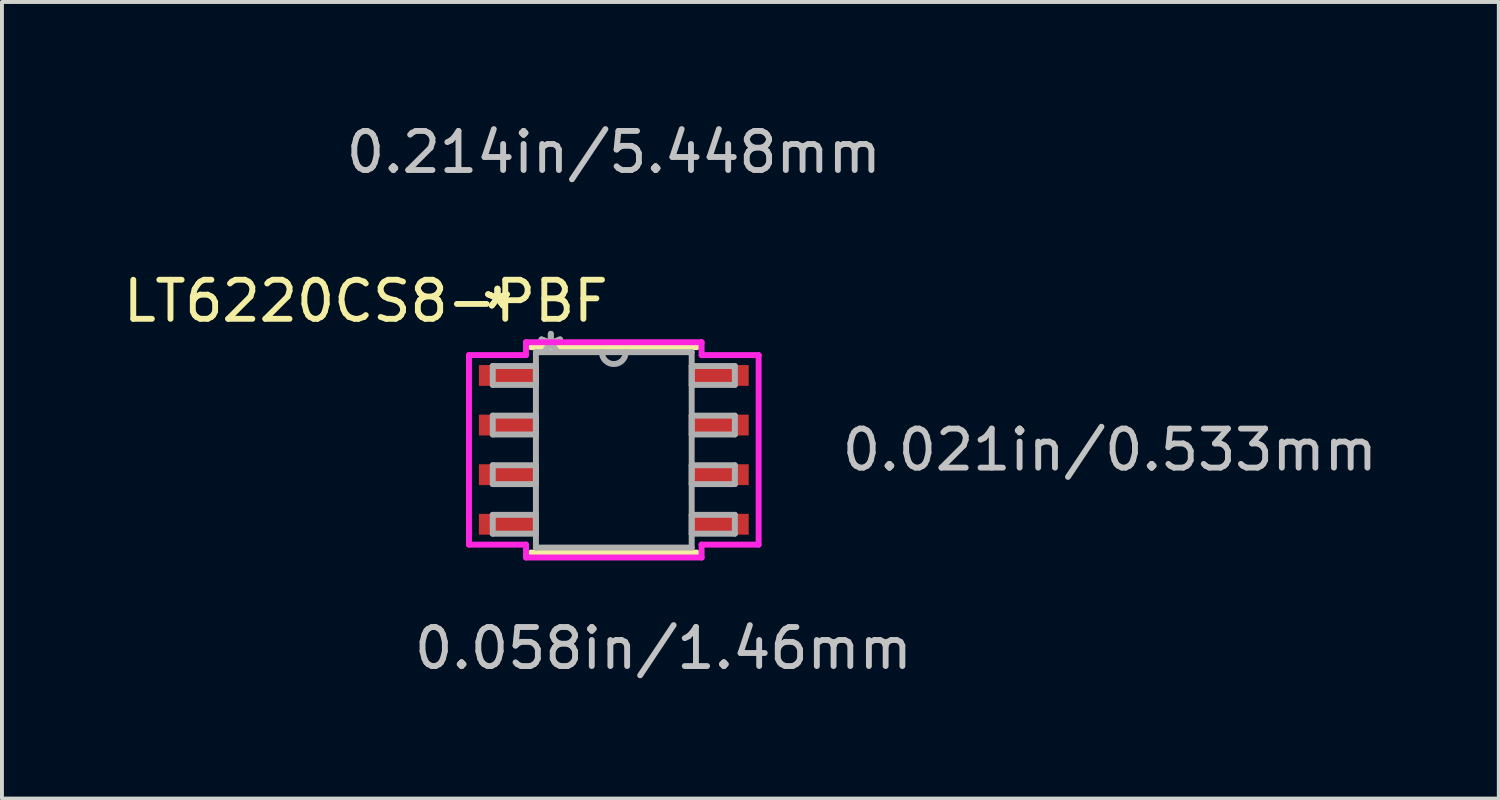
<source format=kicad_pcb>
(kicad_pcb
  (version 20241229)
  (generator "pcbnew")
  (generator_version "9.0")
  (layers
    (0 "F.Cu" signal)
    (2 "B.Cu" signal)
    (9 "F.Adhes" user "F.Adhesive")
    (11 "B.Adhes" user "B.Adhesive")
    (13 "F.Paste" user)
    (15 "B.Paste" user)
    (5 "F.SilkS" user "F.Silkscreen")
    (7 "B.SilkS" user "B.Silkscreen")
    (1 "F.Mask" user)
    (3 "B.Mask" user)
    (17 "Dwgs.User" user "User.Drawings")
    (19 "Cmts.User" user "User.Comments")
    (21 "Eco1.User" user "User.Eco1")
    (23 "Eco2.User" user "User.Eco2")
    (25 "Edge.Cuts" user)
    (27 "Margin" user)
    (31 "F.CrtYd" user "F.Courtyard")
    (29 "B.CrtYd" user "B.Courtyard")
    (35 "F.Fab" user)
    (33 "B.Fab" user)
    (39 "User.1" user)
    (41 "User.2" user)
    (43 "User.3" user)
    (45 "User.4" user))
  (footprint "LT6220CS8-PBF"
    (layer "F.Cu")
    (at 12.665 8.468)
    (property "Reference" "LT6220CS8-PBF" (at -6.35 -3.81 0) (layer "F.SilkS") (effects (font (size 1 1) (thickness 0.15))))
    (attr through_hole)
    (fp_line (start -2.121 2.629) (end 2.121 2.629) (stroke (width 0.152) (type solid)) (layer "F.SilkS"))
    (fp_line (start 2.121 -2.629) (end -2.121 -2.629) (stroke (width 0.152) (type solid)) (layer "F.SilkS"))
    (fp_line (start -3.708 -2.426) (end -2.248 -2.426) (stroke (width 0.152) (type solid)) (layer "F.CrtYd"))
    (fp_line (start -3.708 2.426) (end -3.708 -2.426) (stroke (width 0.152) (type solid)) (layer "F.CrtYd"))
    (fp_line (start -2.248 -2.756) (end 2.248 -2.756) (stroke (width 0.152) (type solid)) (layer "F.CrtYd"))
    (fp_line (start -2.248 -2.426) (end -2.248 -2.756) (stroke (width 0.152) (type solid)) (layer "F.CrtYd"))
    (fp_line (start -2.248 2.426) (end -3.708 2.426) (stroke (width 0.152) (type solid)) (layer "F.CrtYd"))
    (fp_line (start -2.248 2.756) (end -2.248 2.426) (stroke (width 0.152) (type solid)) (layer "F.CrtYd"))
    (fp_line (start 2.248 -2.756) (end 2.248 -2.426) (stroke (width 0.152) (type solid)) (layer "F.CrtYd"))
    (fp_line (start 2.248 -2.426) (end 3.708 -2.426) (stroke (width 0.152) (type solid)) (layer "F.CrtYd"))
    (fp_line (start 2.248 2.426) (end 2.248 2.756) (stroke (width 0.152) (type solid)) (layer "F.CrtYd"))
    (fp_line (start 2.248 2.756) (end -2.248 2.756) (stroke (width 0.152) (type solid)) (layer "F.CrtYd"))
    (fp_line (start 3.708 -2.426) (end 3.708 2.426) (stroke (width 0.152) (type solid)) (layer "F.CrtYd"))
    (fp_line (start 3.708 2.426) (end 2.248 2.426) (stroke (width 0.152) (type solid)) (layer "F.CrtYd"))
    (fp_line (start -3.099 -2.146) (end -3.099 -1.664) (stroke (width 0.152) (type solid)) (layer "F.Fab"))
    (fp_line (start -3.099 -1.664) (end -1.994 -1.664) (stroke (width 0.152) (type solid)) (layer "F.Fab"))
    (fp_line (start -3.099 -0.876) (end -3.099 -0.394) (stroke (width 0.152) (type solid)) (layer "F.Fab"))
    (fp_line (start -3.099 -0.394) (end -1.994 -0.394) (stroke (width 0.152) (type solid)) (layer "F.Fab"))
    (fp_line (start -3.099 0.394) (end -3.099 0.876) (stroke (width 0.152) (type solid)) (layer "F.Fab"))
    (fp_line (start -3.099 0.876) (end -1.994 0.876) (stroke (width 0.152) (type solid)) (layer "F.Fab"))
    (fp_line (start -3.099 1.664) (end -3.099 2.146) (stroke (width 0.152) (type solid)) (layer "F.Fab"))
    (fp_line (start -3.099 2.146) (end -1.994 2.146) (stroke (width 0.152) (type solid)) (layer "F.Fab"))
    (fp_line (start -1.994 -2.502) (end -1.994 2.502) (stroke (width 0.152) (type solid)) (layer "F.Fab"))
    (fp_line (start -1.994 -2.146) (end -3.099 -2.146) (stroke (width 0.152) (type solid)) (layer "F.Fab"))
    (fp_line (start -1.994 -1.664) (end -1.994 -2.146) (stroke (width 0.152) (type solid)) (layer "F.Fab"))
    (fp_line (start -1.994 -0.876) (end -3.099 -0.876) (stroke (width 0.152) (type solid)) (layer "F.Fab"))
    (fp_line (start -1.994 -0.394) (end -1.994 -0.876) (stroke (width 0.152) (type solid)) (layer "F.Fab"))
    (fp_line (start -1.994 0.394) (end -3.099 0.394) (stroke (width 0.152) (type solid)) (layer "F.Fab"))
    (fp_line (start -1.994 0.876) (end -1.994 0.394) (stroke (width 0.152) (type solid)) (layer "F.Fab"))
    (fp_line (start -1.994 1.664) (end -3.099 1.664) (stroke (width 0.152) (type solid)) (layer "F.Fab"))
    (fp_line (start -1.994 2.146) (end -1.994 1.664) (stroke (width 0.152) (type solid)) (layer "F.Fab"))
    (fp_line (start -1.994 2.502) (end 1.994 2.502) (stroke (width 0.152) (type solid)) (layer "F.Fab"))
    (fp_line (start 1.994 -2.502) (end -1.994 -2.502) (stroke (width 0.152) (type solid)) (layer "F.Fab"))
    (fp_line (start 1.994 -2.146) (end 1.994 -1.664) (stroke (width 0.152) (type solid)) (layer "F.Fab"))
    (fp_line (start 1.994 -1.664) (end 3.099 -1.664) (stroke (width 0.152) (type solid)) (layer "F.Fab"))
    (fp_line (start 1.994 -0.876) (end 1.994 -0.394) (stroke (width 0.152) (type solid)) (layer "F.Fab"))
    (fp_line (start 1.994 -0.394) (end 3.099 -0.394) (stroke (width 0.152) (type solid)) (layer "F.Fab"))
    (fp_line (start 1.994 0.394) (end 1.994 0.876) (stroke (width 0.152) (type solid)) (layer "F.Fab"))
    (fp_line (start 1.994 0.876) (end 3.099 0.876) (stroke (width 0.152) (type solid)) (layer "F.Fab"))
    (fp_line (start 1.994 1.664) (end 1.994 2.146) (stroke (width 0.152) (type solid)) (layer "F.Fab"))
    (fp_line (start 1.994 2.146) (end 3.099 2.146) (stroke (width 0.152) (type solid)) (layer "F.Fab"))
    (fp_line (start 1.994 2.502) (end 1.994 -2.502) (stroke (width 0.152) (type solid)) (layer "F.Fab"))
    (fp_line (start 3.099 -2.146) (end 1.994 -2.146) (stroke (width 0.152) (type solid)) (layer "F.Fab"))
    (fp_line (start 3.099 -1.664) (end 3.099 -2.146) (stroke (width 0.152) (type solid)) (layer "F.Fab"))
    (fp_line (start 3.099 -0.876) (end 1.994 -0.876) (stroke (width 0.152) (type solid)) (layer "F.Fab"))
    (fp_line (start 3.099 -0.394) (end 3.099 -0.876) (stroke (width 0.152) (type solid)) (layer "F.Fab"))
    (fp_line (start 3.099 0.394) (end 1.994 0.394) (stroke (width 0.152) (type solid)) (layer "F.Fab"))
    (fp_line (start 3.099 0.876) (end 3.099 0.394) (stroke (width 0.152) (type solid)) (layer "F.Fab"))
    (fp_line (start 3.099 1.664) (end 1.994 1.664) (stroke (width 0.152) (type solid)) (layer "F.Fab"))
    (fp_line (start 3.099 2.146) (end 3.099 1.664) (stroke (width 0.152) (type solid)) (layer "F.Fab"))
    (fp_arc (start 0.3048 -2.5019) (mid 0 -2.1971) (end -0.3048 -2.5019) (stroke (width 0.1524) (type solid)) (layer "F.Fab"))
    (fp_text user "*" (at -2.978 -3.581 0) (layer "F.SilkS") (effects (font (size 1 1) (thickness 0.15))))
    (fp_text user "*" (at -2.978 -3.581 0) (layer "F.SilkS") (effects (font (size 1 1) (thickness 0.15))))
    (fp_text user "*" (at -2.978 -3.581 0) (layer "F.SilkS") (effects (font (size 1 1) (thickness 0.15))))
    (fp_text user "0.021in/0.533mm" (at 12.7 0 0) (layer "Dwgs.User") (effects (font (size 1 1) (thickness 0.15))))
    (fp_text user "0.214in/5.448mm" (at 0 -7.62 0) (layer "Dwgs.User") (effects (font (size 1 1) (thickness 0.15))))
    (fp_text user "0.058in/1.46mm" (at 1.27 5.08 0) (layer "Dwgs.User") (effects (font (size 1 1) (thickness 0.15))))
    (fp_text user "*" (at -1.613 -2.426 0) (layer "F.Fab") (effects (font (size 1 1) (thickness 0.15))))
    (fp_text user "*" (at -1.613 -2.426 0) (layer "F.Fab") (effects (font (size 1 1) (thickness 0.15))))
    (pad "1" smd rect (at -2.724 -1.905) (size 1.46 0.533) (layers "F.Cu" "F.Mask" "F.Paste"))
    (pad "2" smd rect (at -2.724 -0.635) (size 1.46 0.533) (layers "F.Cu" "F.Mask" "F.Paste"))
    (pad "3" smd rect (at -2.724 0.635) (size 1.46 0.533) (layers "F.Cu" "F.Mask" "F.Paste"))
    (pad "4" smd rect (at -2.724 1.905) (size 1.46 0.533) (layers "F.Cu" "F.Mask" "F.Paste"))
    (pad "5" smd rect (at 2.724 1.905) (size 1.46 0.533) (layers "F.Cu" "F.Mask" "F.Paste"))
    (pad "6" smd rect (at 2.724 0.635) (size 1.46 0.533) (layers "F.Cu" "F.Mask" "F.Paste"))
    (pad "7" smd rect (at 2.724 -0.635) (size 1.46 0.533) (layers "F.Cu" "F.Mask" "F.Paste"))
    (pad "8" smd rect (at 2.724 -1.905) (size 1.46 0.533) (layers "F.Cu" "F.Mask" "F.Paste")))
  (gr_rect
    (start -3 -3)
    (end 35.324 17.396)
    (stroke (width 0.1) (type default))
    (fill no)
    (layer "Edge.Cuts")))
</source>
